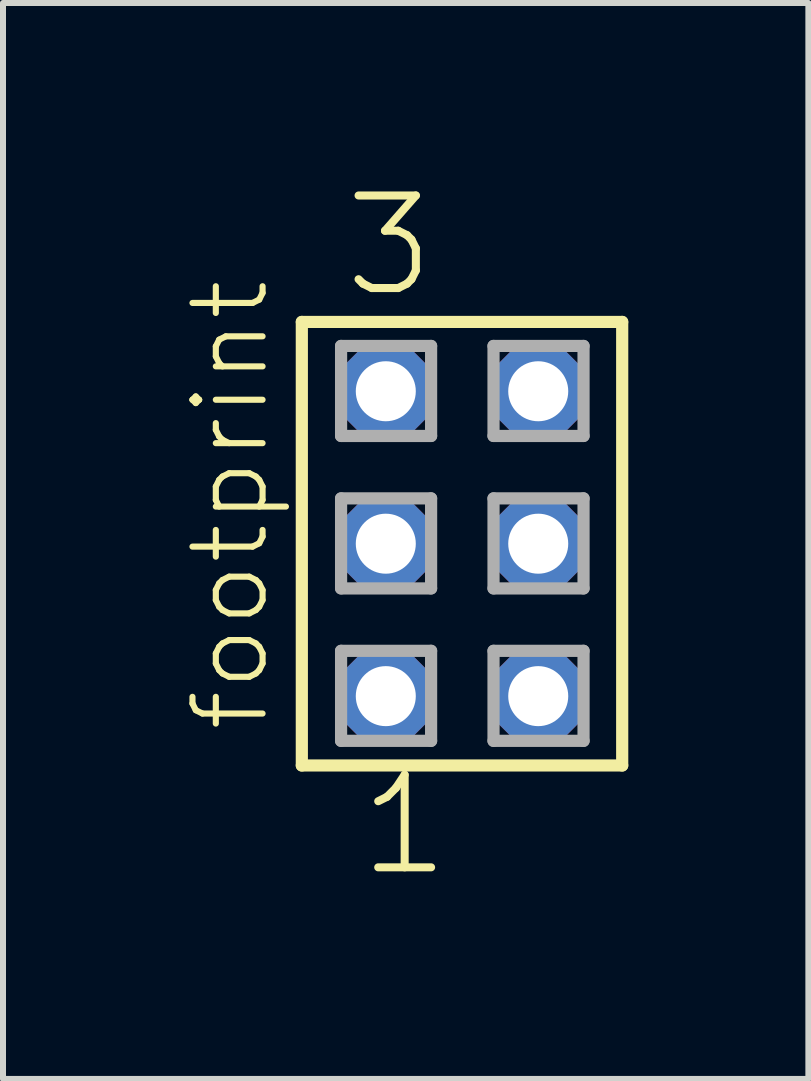
<source format=kicad_pcb>
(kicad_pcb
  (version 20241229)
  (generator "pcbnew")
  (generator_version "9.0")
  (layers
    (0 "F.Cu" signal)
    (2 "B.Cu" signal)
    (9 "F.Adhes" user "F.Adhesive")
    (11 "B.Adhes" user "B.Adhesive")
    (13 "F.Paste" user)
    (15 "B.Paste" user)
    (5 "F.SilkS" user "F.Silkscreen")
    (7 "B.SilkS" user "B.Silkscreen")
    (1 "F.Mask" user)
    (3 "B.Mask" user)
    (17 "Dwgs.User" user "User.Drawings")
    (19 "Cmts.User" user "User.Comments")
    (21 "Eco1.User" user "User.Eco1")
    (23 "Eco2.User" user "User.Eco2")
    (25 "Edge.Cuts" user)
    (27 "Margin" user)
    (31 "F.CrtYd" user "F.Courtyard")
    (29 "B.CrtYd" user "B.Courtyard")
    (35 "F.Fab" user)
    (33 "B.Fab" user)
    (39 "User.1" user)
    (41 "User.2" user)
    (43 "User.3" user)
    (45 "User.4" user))
  (footprint "footprint"
    (layer "F.Cu")
    (at 4.648 6.009)
    (property "Reference" "footprint" (at -3.175 3.175 90) (layer "F.SilkS") (effects (font (size 1.168 1.168) (thickness 0.102)) (justify left bottom)))
    (fp_line (start -2.669 -3.695) (end 2.669 -3.695) (stroke (width 0.203) (type solid)) (layer "F.SilkS"))
    (fp_line (start -2.669 3.695) (end -2.669 -3.695) (stroke (width 0.203) (type solid)) (layer "F.SilkS"))
    (fp_line (start 2.669 -3.695) (end 2.669 3.695) (stroke (width 0.203) (type solid)) (layer "F.SilkS"))
    (fp_line (start 2.669 3.695) (end -2.669 3.695) (stroke (width 0.203) (type solid)) (layer "F.SilkS"))
    (fp_line (start -2.015 -3.295) (end -0.515 -3.295) (stroke (width 0.203) (type solid)) (layer "F.Fab"))
    (fp_line (start -2.015 -1.795) (end -2.015 -3.295) (stroke (width 0.203) (type solid)) (layer "F.Fab"))
    (fp_line (start -2.015 -0.755) (end -0.515 -0.755) (stroke (width 0.203) (type solid)) (layer "F.Fab"))
    (fp_line (start -2.015 0.745) (end -2.015 -0.755) (stroke (width 0.203) (type solid)) (layer "F.Fab"))
    (fp_line (start -2.015 1.785) (end -0.515 1.785) (stroke (width 0.203) (type solid)) (layer "F.Fab"))
    (fp_line (start -2.015 3.285) (end -2.015 1.785) (stroke (width 0.203) (type solid)) (layer "F.Fab"))
    (fp_line (start -0.515 -3.295) (end -0.515 -1.795) (stroke (width 0.203) (type solid)) (layer "F.Fab"))
    (fp_line (start -0.515 -1.795) (end -2.015 -1.795) (stroke (width 0.203) (type solid)) (layer "F.Fab"))
    (fp_line (start -0.515 -0.755) (end -0.515 0.745) (stroke (width 0.203) (type solid)) (layer "F.Fab"))
    (fp_line (start -0.515 0.745) (end -2.015 0.745) (stroke (width 0.203) (type solid)) (layer "F.Fab"))
    (fp_line (start -0.515 1.785) (end -0.515 3.285) (stroke (width 0.203) (type solid)) (layer "F.Fab"))
    (fp_line (start -0.515 3.285) (end -2.015 3.285) (stroke (width 0.203) (type solid)) (layer "F.Fab"))
    (fp_line (start 0.525 -3.295) (end 2.025 -3.295) (stroke (width 0.203) (type solid)) (layer "F.Fab"))
    (fp_line (start 0.525 -1.795) (end 0.525 -3.295) (stroke (width 0.203) (type solid)) (layer "F.Fab"))
    (fp_line (start 0.525 -0.755) (end 2.025 -0.755) (stroke (width 0.203) (type solid)) (layer "F.Fab"))
    (fp_line (start 0.525 0.745) (end 0.525 -0.755) (stroke (width 0.203) (type solid)) (layer "F.Fab"))
    (fp_line (start 0.525 1.785) (end 2.025 1.785) (stroke (width 0.203) (type solid)) (layer "F.Fab"))
    (fp_line (start 0.525 3.285) (end 0.525 1.785) (stroke (width 0.203) (type solid)) (layer "F.Fab"))
    (fp_line (start 2.025 -3.295) (end 2.025 -1.795) (stroke (width 0.203) (type solid)) (layer "F.Fab"))
    (fp_line (start 2.025 -1.795) (end 0.525 -1.795) (stroke (width 0.203) (type solid)) (layer "F.Fab"))
    (fp_line (start 2.025 -0.755) (end 2.025 0.745) (stroke (width 0.203) (type solid)) (layer "F.Fab"))
    (fp_line (start 2.025 0.745) (end 0.525 0.745) (stroke (width 0.203) (type solid)) (layer "F.Fab"))
    (fp_line (start 2.025 1.785) (end 2.025 3.285) (stroke (width 0.203) (type solid)) (layer "F.Fab"))
    (fp_line (start 2.025 3.285) (end 0.525 3.285) (stroke (width 0.203) (type solid)) (layer "F.Fab"))
    (fp_text user "1" (at -1.778 5.588 0) (layer "F.SilkS") (effects (font (size 1.542 1.542) (thickness 0.134)) (justify left bottom)))
    (fp_text user "3" (at -2.032 -4.064 0) (layer "F.SilkS") (effects (font (size 1.542 1.542) (thickness 0.134)) (justify left bottom)))
    (pad "1" thru_hole roundrect (at -1.27 2.54) (size 1.5 1.5) (drill 1) (layers "*.Cu" "*.Mask") (roundrect_rratio 0.25) (chamfer_ratio 0.25) (chamfer top_left top_right bottom_left bottom_right))
    (pad "2" thru_hole roundrect (at -1.27 0) (size 1.5 1.5) (drill 1) (layers "*.Cu" "*.Mask") (roundrect_rratio 0.25) (chamfer_ratio 0.25) (chamfer top_left top_right bottom_left bottom_right))
    (pad "3" thru_hole roundrect (at -1.27 -2.54) (size 1.5 1.5) (drill 1) (layers "*.Cu" "*.Mask") (roundrect_rratio 0.25) (chamfer_ratio 0.25) (chamfer top_left top_right bottom_left bottom_right))
    (pad "4" thru_hole roundrect (at 1.27 2.54) (size 1.5 1.5) (drill 1) (layers "*.Cu" "*.Mask") (roundrect_rratio 0.25) (chamfer_ratio 0.25) (chamfer top_left top_right bottom_left bottom_right))
    (pad "5" thru_hole roundrect (at 1.27 0) (size 1.5 1.5) (drill 1) (layers "*.Cu" "*.Mask") (roundrect_rratio 0.25) (chamfer_ratio 0.25) (chamfer top_left top_right bottom_left bottom_right))
    (pad "6" thru_hole roundrect (at 1.27 -2.54) (size 1.5 1.5) (drill 1) (layers "*.Cu" "*.Mask") (roundrect_rratio 0.25) (chamfer_ratio 0.25) (chamfer top_left top_right bottom_left bottom_right)))
  (gr_rect
    (start -3 -3)
    (end 10.419 14.927)
    (stroke (width 0.1) (type default))
    (fill no)
    (layer "Edge.Cuts")))
</source>
